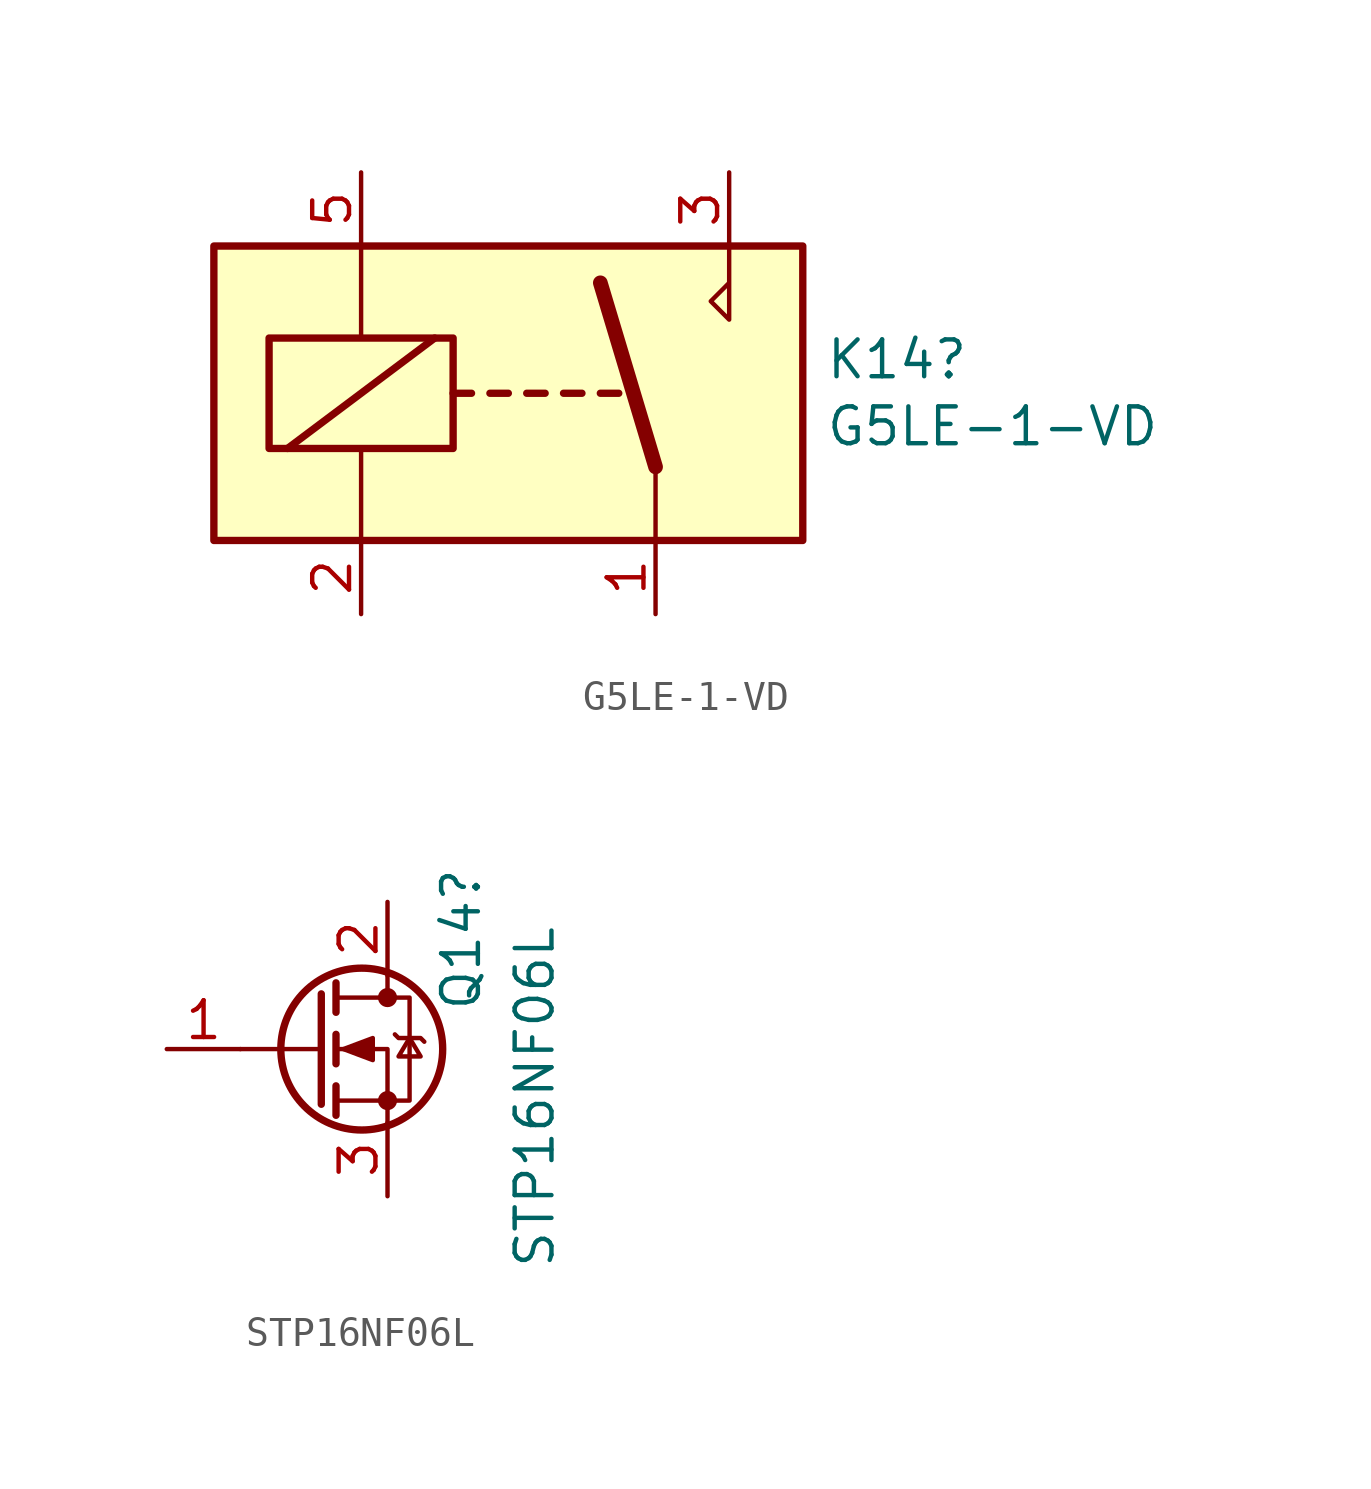
<source format=kicad_sym>
(kicad_symbol_lib
  (version 20211014)
  (generator kicad_symbol_editor)
  (symbol "G5LE-1-VD"
    (property "Reference" "K14"
      (at 10.922 1.168 0)
      (effects (font (size 1.27 1.27)) (justify left)))
    (property "Value" "G5LE-1-VD"
      (at 10.922 -1.143 0)
      (effects (font (size 1.27 1.27)) (justify left)))
    (symbol "G5LE-1-VD_0_0"
      (polyline (pts (xy 7.62 5.08) (xy 7.62 2.54) (xy 6.985 3.175) (xy 7.62 3.81)) (stroke (width 0) (type default) (color 0 0 0 0)) (fill (type none))))
    (symbol "G5LE-1-VD_0_1"
      (rectangle (start -10.16 5.08) (end 10.16 -5.08) (stroke (width 0.254) (type default) (color 0 0 0 0)) (fill (type background)))
      (rectangle (start -8.255 1.905) (end -1.905 -1.905) (stroke (width 0.254) (type default) (color 0 0 0 0)) (fill (type none)))
      (polyline (pts (xy -7.62 -1.905) (xy -2.54 1.905)) (stroke (width 0.254) (type default) (color 0 0 0 0)) (fill (type none)))
      (polyline (pts (xy -5.08 -5.08) (xy -5.08 -1.905)) (stroke (width 0) (type default) (color 0 0 0 0)) (fill (type none)))
      (polyline (pts (xy -5.08 5.08) (xy -5.08 1.905)) (stroke (width 0) (type default) (color 0 0 0 0)) (fill (type none)))
      (polyline (pts (xy -1.905 0) (xy -1.27 0)) (stroke (width 0.254) (type default) (color 0 0 0 0)) (fill (type none)))
      (polyline (pts (xy -0.635 0) (xy 0 0)) (stroke (width 0.254) (type default) (color 0 0 0 0)) (fill (type none)))
      (polyline (pts (xy 0.635 0) (xy 1.27 0)) (stroke (width 0.254) (type default) (color 0 0 0 0)) (fill (type none)))
      (polyline (pts (xy 1.905 0) (xy 2.54 0)) (stroke (width 0.254) (type default) (color 0 0 0 0)) (fill (type none)))
      (polyline (pts (xy 3.175 0) (xy 3.81 0)) (stroke (width 0.254) (type default) (color 0 0 0 0)) (fill (type none)))
      (polyline (pts (xy 5.08 -2.54) (xy 3.175 3.81)) (stroke (width 0.508) (type default) (color 0 0 0 0)) (fill (type none)))
      (polyline (pts (xy 5.08 -2.54) (xy 5.08 -5.08)) (stroke (width 0) (type default) (color 0 0 0 0)) (fill (type none))))
    (symbol "G5LE-1-VD_1_1"
      (pin passive line (at 5.08 -7.62 90) (length 2.54) (name "~" (effects (font (size 1.27 1.27)))) (number "1" (effects (font (size 1.27 1.27)))))
      (pin passive line (at -5.08 -7.62 90) (length 2.54) (name "~" (effects (font (size 1.27 1.27)))) (number "2" (effects (font (size 1.27 1.27)))))
      (pin passive line (at 7.62 7.62 270) (length 2.54) (name "~" (effects (font (size 1.27 1.27)))) (number "3" (effects (font (size 1.27 1.27)))))
      (pin passive line (at -5.08 7.62 270) (length 2.54) (name "~" (effects (font (size 1.27 1.27)))) (number "5" (effects (font (size 1.27 1.27)))))))
  (symbol "STP16NF06L"
    (pin_names hide)
    (property "Reference" "Q14"
      (at 5.08 1.27 90)
      (effects (font (size 1.27 1.27)) (justify left)))
    (property "Value" "STP16NF06L"
      (at 7.62 -7.62 90)
      (effects (font (size 1.27 1.27)) (justify left)))
    (symbol "STP16NF06L_0_1"
      (polyline (pts (xy 0.254 0) (xy -2.54 0)) (stroke (width 0) (type default) (color 0 0 0 0)) (fill (type none)))
      (polyline (pts (xy 0.254 1.905) (xy 0.254 -1.905)) (stroke (width 0.254) (type default) (color 0 0 0 0)) (fill (type none)))
      (polyline (pts (xy 0.762 -1.27) (xy 0.762 -2.286)) (stroke (width 0.254) (type default) (color 0 0 0 0)) (fill (type none)))
      (polyline (pts (xy 0.762 0.508) (xy 0.762 -0.508)) (stroke (width 0.254) (type default) (color 0 0 0 0)) (fill (type none)))
      (polyline (pts (xy 0.762 2.286) (xy 0.762 1.27)) (stroke (width 0.254) (type default) (color 0 0 0 0)) (fill (type none)))
      (polyline (pts (xy 2.54 2.54) (xy 2.54 1.778)) (stroke (width 0) (type default) (color 0 0 0 0)) (fill (type none)))
      (polyline (pts (xy 2.54 -2.54) (xy 2.54 0) (xy 0.762 0)) (stroke (width 0) (type default) (color 0 0 0 0)) (fill (type none)))
      (polyline (pts (xy 0.762 -1.778) (xy 3.302 -1.778) (xy 3.302 1.778) (xy 0.762 1.778)) (stroke (width 0) (type default) (color 0 0 0 0)) (fill (type none)))
      (polyline (pts (xy 1.016 0) (xy 2.032 0.381) (xy 2.032 -0.381) (xy 1.016 0)) (stroke (width 0) (type default) (color 0 0 0 0)) (fill (type outline)))
      (polyline (pts (xy 2.794 0.508) (xy 2.921 0.381) (xy 3.683 0.381) (xy 3.81 0.254)) (stroke (width 0) (type default) (color 0 0 0 0)) (fill (type none)))
      (polyline (pts (xy 3.302 0.381) (xy 2.921 -0.254) (xy 3.683 -0.254) (xy 3.302 0.381)) (stroke (width 0) (type default) (color 0 0 0 0)) (fill (type none)))
      (circle (center 1.651 0) (radius 2.794) (stroke (width 0.254) (type default) (color 0 0 0 0)) (fill (type none)))
      (circle (center 2.54 -1.778) (radius 0.254) (stroke (width 0) (type default) (color 0 0 0 0)) (fill (type outline)))
      (circle (center 2.54 1.778) (radius 0.254) (stroke (width 0) (type default) (color 0 0 0 0)) (fill (type outline))))
    (symbol "STP16NF06L_1_1"
      (pin input line (at -5.08 0 0) (length 2.54) (name "G" (effects (font (size 1.27 1.27)))) (number "1" (effects (font (size 1.27 1.27)))))
      (pin passive line (at 2.54 5.08 270) (length 2.54) (name "D" (effects (font (size 1.27 1.27)))) (number "2" (effects (font (size 1.27 1.27)))))
      (pin passive line (at 2.54 -5.08 90) (length 2.54) (name "S" (effects (font (size 1.27 1.27)))) (number "3" (effects (font (size 1.27 1.27))))))))
</source>
